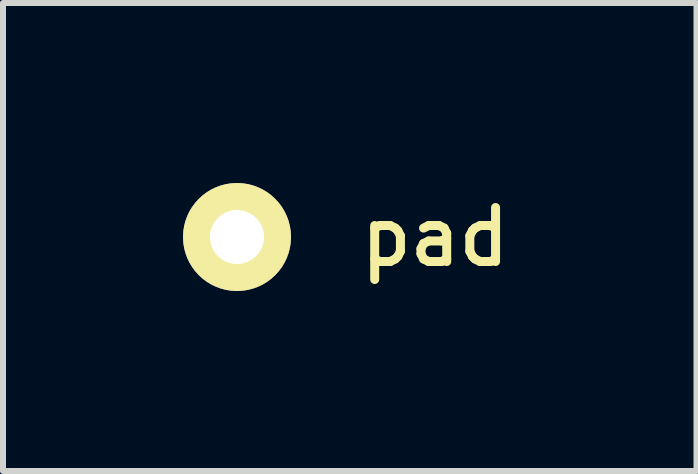
<source format=kicad_pcb>
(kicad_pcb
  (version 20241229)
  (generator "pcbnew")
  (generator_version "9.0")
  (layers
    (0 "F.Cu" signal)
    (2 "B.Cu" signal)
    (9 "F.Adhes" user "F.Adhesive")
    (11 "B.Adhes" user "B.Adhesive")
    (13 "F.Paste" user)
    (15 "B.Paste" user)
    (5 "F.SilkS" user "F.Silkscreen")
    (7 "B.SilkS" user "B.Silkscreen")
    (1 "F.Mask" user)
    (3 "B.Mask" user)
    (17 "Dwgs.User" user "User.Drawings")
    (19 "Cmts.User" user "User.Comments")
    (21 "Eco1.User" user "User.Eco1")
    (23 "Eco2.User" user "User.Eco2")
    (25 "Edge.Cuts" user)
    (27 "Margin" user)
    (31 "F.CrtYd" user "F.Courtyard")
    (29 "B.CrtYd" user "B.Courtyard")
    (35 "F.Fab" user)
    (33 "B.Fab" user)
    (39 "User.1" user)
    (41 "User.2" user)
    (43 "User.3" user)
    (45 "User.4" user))
  (footprint "pad"
    (layer "F.Cu")
    (at 0.9 0.9)
    (property "Reference" "pad" (at 3.302 0 0) (layer "F.SilkS") (effects (font (size 0.9 0.9) (thickness 0.15))))
    (attr through_hole)
    (pad "1" thru_hole circle (at 0 0) (size 1.8 1.8) (drill 0.9) (layers "*.Cu" "*.Mask" "F.SilkS")))
  (gr_rect
    (start -3 -3)
    (end 8.558 4.8)
    (stroke (width 0.1) (type default))
    (fill no)
    (layer "Edge.Cuts")))
</source>
